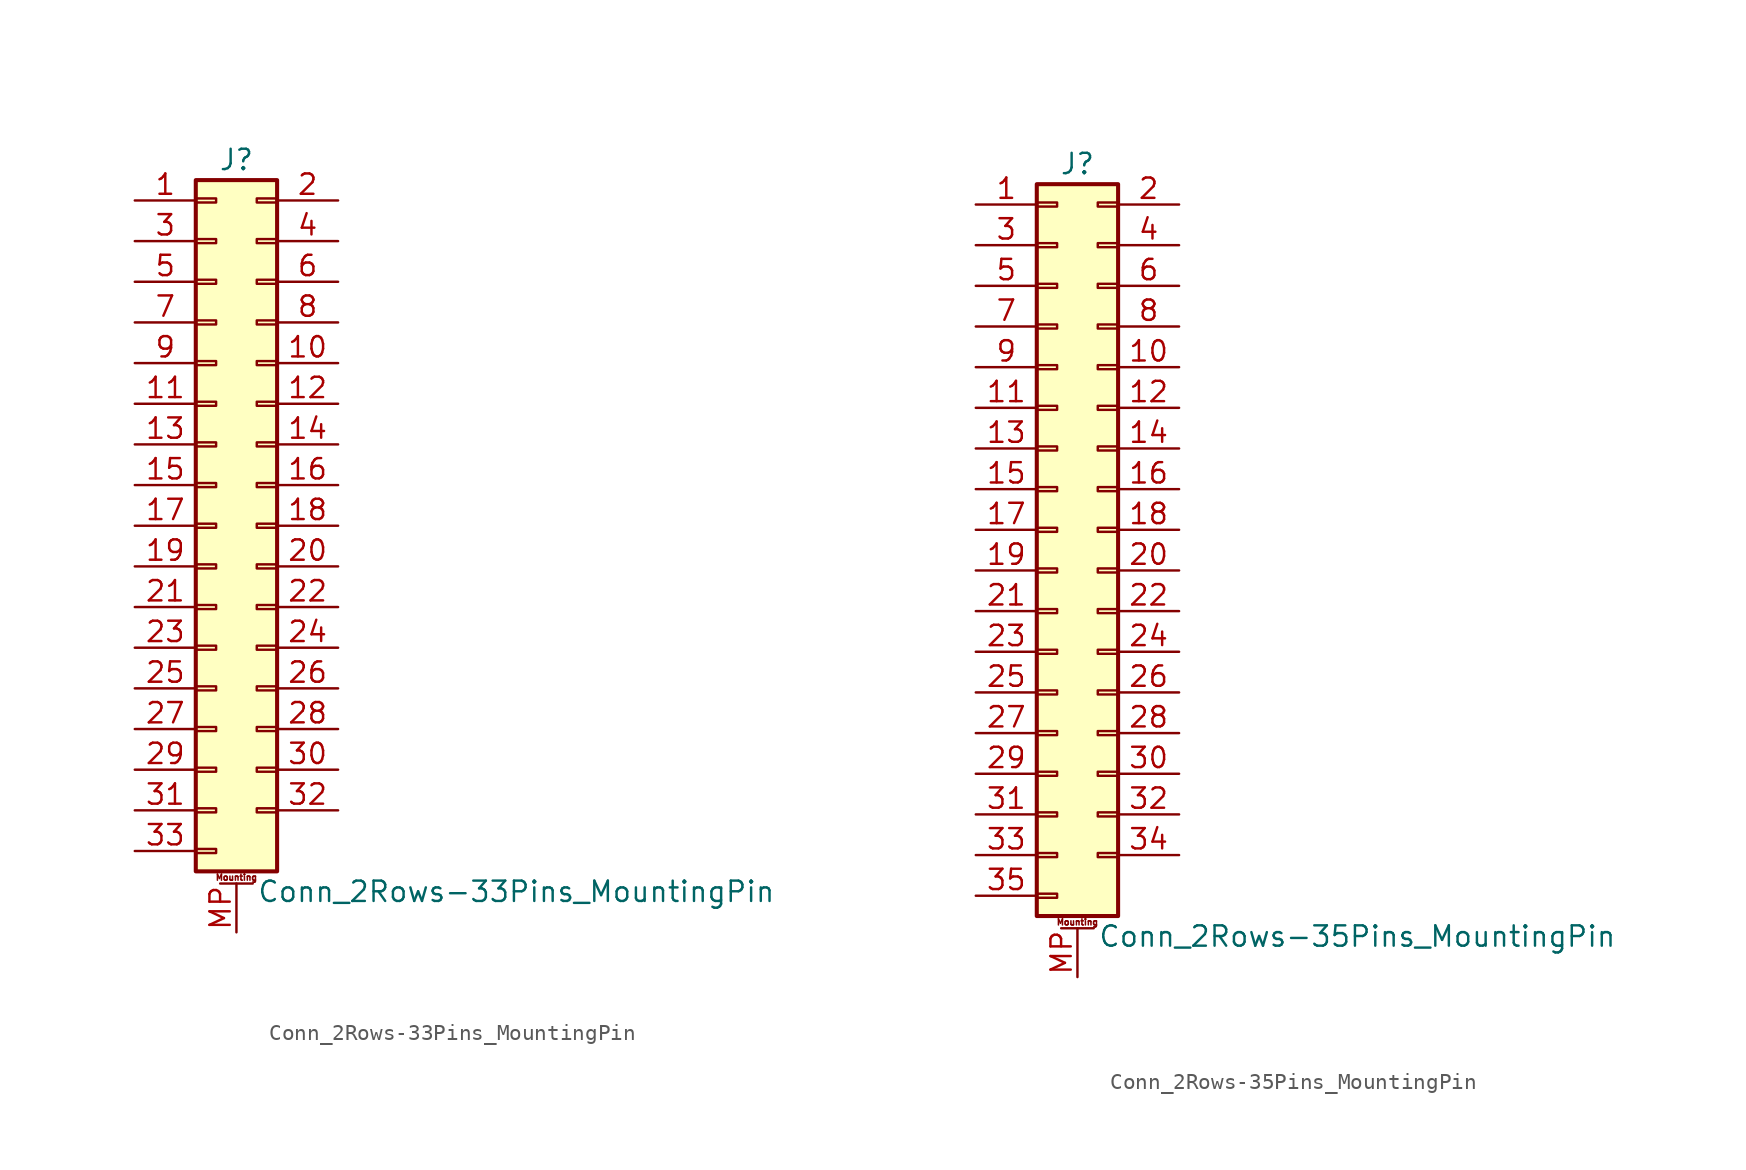
<source format=kicad_sym>
(kicad_symbol_lib
  (version 20200908)
  (generator kicad_symbol_editor)
  (symbol "Connector_Generic_MountingPin:Conn_2Rows-33Pins_MountingPin"
    (pin_names
      (offset 1.016) hide)
    (property "Reference" "J"
      (at 1.27 22.86 0)
      (effects (font (size 1.27 1.27))))
    (property "Value" "Conn_2Rows-33Pins_MountingPin"
      (at 2.54 -22.86 0)
      (effects (font (size 1.27 1.27)) (justify left)))
    (symbol "Conn_2Rows-33Pins_MountingPin_1_1"
      (text "Mounting" (at 1.27 -21.971 0) (effects (font (size 0.381 0.381))))
      (rectangle (start -1.27 -4.953) (end 0 -5.207) (stroke (width 0.152)) (fill (type none)))
      (rectangle (start -1.27 -7.493) (end 0 -7.747) (stroke (width 0.152)) (fill (type none)))
      (rectangle (start -1.27 -10.033) (end 0 -10.287) (stroke (width 0.152)) (fill (type none)))
      (rectangle (start -1.27 -12.573) (end 0 -12.827) (stroke (width 0.152)) (fill (type none)))
      (rectangle (start -1.27 -15.113) (end 0 -15.367) (stroke (width 0.152)) (fill (type none)))
      (rectangle (start -1.27 -17.653) (end 0 -17.907) (stroke (width 0.152)) (fill (type none)))
      (rectangle (start -1.27 -20.193) (end 0 -20.447) (stroke (width 0.152)) (fill (type none)))
      (rectangle (start -1.27 -2.413) (end 0 -2.667) (stroke (width 0.152)) (fill (type none)))
      (rectangle (start -1.27 2.667) (end 0 2.413) (stroke (width 0.152)) (fill (type none)))
      (rectangle (start -1.27 5.207) (end 0 4.953) (stroke (width 0.152)) (fill (type none)))
      (rectangle (start -1.27 7.747) (end 0 7.493) (stroke (width 0.152)) (fill (type none)))
      (rectangle (start -1.27 10.287) (end 0 10.033) (stroke (width 0.152)) (fill (type none)))
      (rectangle (start -1.27 0.127) (end 0 -0.127) (stroke (width 0.152)) (fill (type none)))
      (rectangle (start -1.27 12.827) (end 0 12.573) (stroke (width 0.152)) (fill (type none)))
      (rectangle (start -1.27 15.367) (end 0 15.113) (stroke (width 0.152)) (fill (type none)))
      (rectangle (start -1.27 17.907) (end 0 17.653) (stroke (width 0.152)) (fill (type none)))
      (rectangle (start -1.27 20.447) (end 0 20.193) (stroke (width 0.152)) (fill (type none)))
      (rectangle (start -1.27 21.59) (end 3.81 -21.59) (stroke (width 0.254)) (fill (type background)))
      (rectangle (start 3.81 -4.953) (end 2.54 -5.207) (stroke (width 0.152)) (fill (type none)))
      (rectangle (start 3.81 -7.493) (end 2.54 -7.747) (stroke (width 0.152)) (fill (type none)))
      (rectangle (start 3.81 -10.033) (end 2.54 -10.287) (stroke (width 0.152)) (fill (type none)))
      (rectangle (start 3.81 -12.573) (end 2.54 -12.827) (stroke (width 0.152)) (fill (type none)))
      (rectangle (start 3.81 -15.113) (end 2.54 -15.367) (stroke (width 0.152)) (fill (type none)))
      (rectangle (start 3.81 -17.653) (end 2.54 -17.907) (stroke (width 0.152)) (fill (type none)))
      (rectangle (start 3.81 -2.413) (end 2.54 -2.667) (stroke (width 0.152)) (fill (type none)))
      (rectangle (start 3.81 2.667) (end 2.54 2.413) (stroke (width 0.152)) (fill (type none)))
      (rectangle (start 3.81 5.207) (end 2.54 4.953) (stroke (width 0.152)) (fill (type none)))
      (rectangle (start 3.81 7.747) (end 2.54 7.493) (stroke (width 0.152)) (fill (type none)))
      (rectangle (start 3.81 10.287) (end 2.54 10.033) (stroke (width 0.152)) (fill (type none)))
      (rectangle (start 3.81 0.127) (end 2.54 -0.127) (stroke (width 0.152)) (fill (type none)))
      (rectangle (start 3.81 12.827) (end 2.54 12.573) (stroke (width 0.152)) (fill (type none)))
      (rectangle (start 3.81 15.367) (end 2.54 15.113) (stroke (width 0.152)) (fill (type none)))
      (rectangle (start 3.81 17.907) (end 2.54 17.653) (stroke (width 0.152)) (fill (type none)))
      (rectangle (start 3.81 20.447) (end 2.54 20.193) (stroke (width 0.152)) (fill (type none)))
      (polyline (pts (xy 0.254 -22.352) (xy 2.286 -22.352)) (stroke (width 0.152)) (fill (type none)))
      (pin passive line (at 1.27 -25.4 90) (length 3.048) (name "MountPin" (effects (font (size 1.27 1.27)))) (number "MP" (effects (font (size 1.27 1.27)))))
      (pin passive line (at -5.08 20.32 0) (length 3.81) (name "Pin_1" (effects (font (size 1.27 1.27)))) (number "1" (effects (font (size 1.27 1.27)))))
      (pin passive line (at 7.62 10.16 180) (length 3.81) (name "Pin_10" (effects (font (size 1.27 1.27)))) (number "10" (effects (font (size 1.27 1.27)))))
      (pin passive line (at -5.08 7.62 0) (length 3.81) (name "Pin_11" (effects (font (size 1.27 1.27)))) (number "11" (effects (font (size 1.27 1.27)))))
      (pin passive line (at 7.62 7.62 180) (length 3.81) (name "Pin_12" (effects (font (size 1.27 1.27)))) (number "12" (effects (font (size 1.27 1.27)))))
      (pin passive line (at -5.08 5.08 0) (length 3.81) (name "Pin_13" (effects (font (size 1.27 1.27)))) (number "13" (effects (font (size 1.27 1.27)))))
      (pin passive line (at 7.62 5.08 180) (length 3.81) (name "Pin_14" (effects (font (size 1.27 1.27)))) (number "14" (effects (font (size 1.27 1.27)))))
      (pin passive line (at -5.08 2.54 0) (length 3.81) (name "Pin_15" (effects (font (size 1.27 1.27)))) (number "15" (effects (font (size 1.27 1.27)))))
      (pin passive line (at 7.62 2.54 180) (length 3.81) (name "Pin_16" (effects (font (size 1.27 1.27)))) (number "16" (effects (font (size 1.27 1.27)))))
      (pin passive line (at -5.08 0 0) (length 3.81) (name "Pin_17" (effects (font (size 1.27 1.27)))) (number "17" (effects (font (size 1.27 1.27)))))
      (pin passive line (at 7.62 0 180) (length 3.81) (name "Pin_18" (effects (font (size 1.27 1.27)))) (number "18" (effects (font (size 1.27 1.27)))))
      (pin passive line (at -5.08 -2.54 0) (length 3.81) (name "Pin_19" (effects (font (size 1.27 1.27)))) (number "19" (effects (font (size 1.27 1.27)))))
      (pin passive line (at 7.62 20.32 180) (length 3.81) (name "Pin_2" (effects (font (size 1.27 1.27)))) (number "2" (effects (font (size 1.27 1.27)))))
      (pin passive line (at 7.62 -2.54 180) (length 3.81) (name "Pin_20" (effects (font (size 1.27 1.27)))) (number "20" (effects (font (size 1.27 1.27)))))
      (pin passive line (at -5.08 -5.08 0) (length 3.81) (name "Pin_21" (effects (font (size 1.27 1.27)))) (number "21" (effects (font (size 1.27 1.27)))))
      (pin passive line (at 7.62 -5.08 180) (length 3.81) (name "Pin_22" (effects (font (size 1.27 1.27)))) (number "22" (effects (font (size 1.27 1.27)))))
      (pin passive line (at -5.08 -7.62 0) (length 3.81) (name "Pin_23" (effects (font (size 1.27 1.27)))) (number "23" (effects (font (size 1.27 1.27)))))
      (pin passive line (at 7.62 -7.62 180) (length 3.81) (name "Pin_24" (effects (font (size 1.27 1.27)))) (number "24" (effects (font (size 1.27 1.27)))))
      (pin passive line (at -5.08 -10.16 0) (length 3.81) (name "Pin_25" (effects (font (size 1.27 1.27)))) (number "25" (effects (font (size 1.27 1.27)))))
      (pin passive line (at 7.62 -10.16 180) (length 3.81) (name "Pin_26" (effects (font (size 1.27 1.27)))) (number "26" (effects (font (size 1.27 1.27)))))
      (pin passive line (at -5.08 -12.7 0) (length 3.81) (name "Pin_27" (effects (font (size 1.27 1.27)))) (number "27" (effects (font (size 1.27 1.27)))))
      (pin passive line (at 7.62 -12.7 180) (length 3.81) (name "Pin_28" (effects (font (size 1.27 1.27)))) (number "28" (effects (font (size 1.27 1.27)))))
      (pin passive line (at -5.08 -15.24 0) (length 3.81) (name "Pin_29" (effects (font (size 1.27 1.27)))) (number "29" (effects (font (size 1.27 1.27)))))
      (pin passive line (at -5.08 17.78 0) (length 3.81) (name "Pin_3" (effects (font (size 1.27 1.27)))) (number "3" (effects (font (size 1.27 1.27)))))
      (pin passive line (at 7.62 -15.24 180) (length 3.81) (name "Pin_30" (effects (font (size 1.27 1.27)))) (number "30" (effects (font (size 1.27 1.27)))))
      (pin passive line (at -5.08 -17.78 0) (length 3.81) (name "Pin_31" (effects (font (size 1.27 1.27)))) (number "31" (effects (font (size 1.27 1.27)))))
      (pin passive line (at 7.62 -17.78 180) (length 3.81) (name "Pin_32" (effects (font (size 1.27 1.27)))) (number "32" (effects (font (size 1.27 1.27)))))
      (pin passive line (at -5.08 -20.32 0) (length 3.81) (name "Pin_33" (effects (font (size 1.27 1.27)))) (number "33" (effects (font (size 1.27 1.27)))))
      (pin passive line (at 7.62 17.78 180) (length 3.81) (name "Pin_4" (effects (font (size 1.27 1.27)))) (number "4" (effects (font (size 1.27 1.27)))))
      (pin passive line (at -5.08 15.24 0) (length 3.81) (name "Pin_5" (effects (font (size 1.27 1.27)))) (number "5" (effects (font (size 1.27 1.27)))))
      (pin passive line (at 7.62 15.24 180) (length 3.81) (name "Pin_6" (effects (font (size 1.27 1.27)))) (number "6" (effects (font (size 1.27 1.27)))))
      (pin passive line (at -5.08 12.7 0) (length 3.81) (name "Pin_7" (effects (font (size 1.27 1.27)))) (number "7" (effects (font (size 1.27 1.27)))))
      (pin passive line (at 7.62 12.7 180) (length 3.81) (name "Pin_8" (effects (font (size 1.27 1.27)))) (number "8" (effects (font (size 1.27 1.27)))))
      (pin passive line (at -5.08 10.16 0) (length 3.81) (name "Pin_9" (effects (font (size 1.27 1.27)))) (number "9" (effects (font (size 1.27 1.27)))))))
  (symbol "Connector_Generic_MountingPin:Conn_2Rows-35Pins_MountingPin"
    (pin_names
      (offset 1.016) hide)
    (property "Reference" "J"
      (at 1.27 22.86 0)
      (effects (font (size 1.27 1.27))))
    (property "Value" "Conn_2Rows-35Pins_MountingPin"
      (at 2.54 -25.4 0)
      (effects (font (size 1.27 1.27)) (justify left)))
    (symbol "Conn_2Rows-35Pins_MountingPin_1_1"
      (text "Mounting" (at 1.27 -24.511 0) (effects (font (size 0.381 0.381))))
      (rectangle (start -1.27 -4.953) (end 0 -5.207) (stroke (width 0.152)) (fill (type none)))
      (rectangle (start -1.27 -7.493) (end 0 -7.747) (stroke (width 0.152)) (fill (type none)))
      (rectangle (start -1.27 -10.033) (end 0 -10.287) (stroke (width 0.152)) (fill (type none)))
      (rectangle (start -1.27 -12.573) (end 0 -12.827) (stroke (width 0.152)) (fill (type none)))
      (rectangle (start -1.27 -15.113) (end 0 -15.367) (stroke (width 0.152)) (fill (type none)))
      (rectangle (start -1.27 -17.653) (end 0 -17.907) (stroke (width 0.152)) (fill (type none)))
      (rectangle (start -1.27 -20.193) (end 0 -20.447) (stroke (width 0.152)) (fill (type none)))
      (rectangle (start -1.27 -22.733) (end 0 -22.987) (stroke (width 0.152)) (fill (type none)))
      (rectangle (start -1.27 -2.413) (end 0 -2.667) (stroke (width 0.152)) (fill (type none)))
      (rectangle (start -1.27 2.667) (end 0 2.413) (stroke (width 0.152)) (fill (type none)))
      (rectangle (start -1.27 5.207) (end 0 4.953) (stroke (width 0.152)) (fill (type none)))
      (rectangle (start -1.27 7.747) (end 0 7.493) (stroke (width 0.152)) (fill (type none)))
      (rectangle (start -1.27 10.287) (end 0 10.033) (stroke (width 0.152)) (fill (type none)))
      (rectangle (start -1.27 0.127) (end 0 -0.127) (stroke (width 0.152)) (fill (type none)))
      (rectangle (start -1.27 12.827) (end 0 12.573) (stroke (width 0.152)) (fill (type none)))
      (rectangle (start -1.27 15.367) (end 0 15.113) (stroke (width 0.152)) (fill (type none)))
      (rectangle (start -1.27 17.907) (end 0 17.653) (stroke (width 0.152)) (fill (type none)))
      (rectangle (start -1.27 20.447) (end 0 20.193) (stroke (width 0.152)) (fill (type none)))
      (rectangle (start -1.27 21.59) (end 3.81 -24.13) (stroke (width 0.254)) (fill (type background)))
      (rectangle (start 3.81 -4.953) (end 2.54 -5.207) (stroke (width 0.152)) (fill (type none)))
      (rectangle (start 3.81 -7.493) (end 2.54 -7.747) (stroke (width 0.152)) (fill (type none)))
      (rectangle (start 3.81 -10.033) (end 2.54 -10.287) (stroke (width 0.152)) (fill (type none)))
      (rectangle (start 3.81 -12.573) (end 2.54 -12.827) (stroke (width 0.152)) (fill (type none)))
      (rectangle (start 3.81 -15.113) (end 2.54 -15.367) (stroke (width 0.152)) (fill (type none)))
      (rectangle (start 3.81 -17.653) (end 2.54 -17.907) (stroke (width 0.152)) (fill (type none)))
      (rectangle (start 3.81 -20.193) (end 2.54 -20.447) (stroke (width 0.152)) (fill (type none)))
      (rectangle (start 3.81 -2.413) (end 2.54 -2.667) (stroke (width 0.152)) (fill (type none)))
      (rectangle (start 3.81 2.667) (end 2.54 2.413) (stroke (width 0.152)) (fill (type none)))
      (rectangle (start 3.81 5.207) (end 2.54 4.953) (stroke (width 0.152)) (fill (type none)))
      (rectangle (start 3.81 7.747) (end 2.54 7.493) (stroke (width 0.152)) (fill (type none)))
      (rectangle (start 3.81 10.287) (end 2.54 10.033) (stroke (width 0.152)) (fill (type none)))
      (rectangle (start 3.81 0.127) (end 2.54 -0.127) (stroke (width 0.152)) (fill (type none)))
      (rectangle (start 3.81 12.827) (end 2.54 12.573) (stroke (width 0.152)) (fill (type none)))
      (rectangle (start 3.81 15.367) (end 2.54 15.113) (stroke (width 0.152)) (fill (type none)))
      (rectangle (start 3.81 17.907) (end 2.54 17.653) (stroke (width 0.152)) (fill (type none)))
      (rectangle (start 3.81 20.447) (end 2.54 20.193) (stroke (width 0.152)) (fill (type none)))
      (polyline (pts (xy 0.254 -24.892) (xy 2.286 -24.892)) (stroke (width 0.152)) (fill (type none)))
      (pin passive line (at 1.27 -27.94 90) (length 3.048) (name "MountPin" (effects (font (size 1.27 1.27)))) (number "MP" (effects (font (size 1.27 1.27)))))
      (pin passive line (at -5.08 20.32 0) (length 3.81) (name "Pin_1" (effects (font (size 1.27 1.27)))) (number "1" (effects (font (size 1.27 1.27)))))
      (pin passive line (at 7.62 10.16 180) (length 3.81) (name "Pin_10" (effects (font (size 1.27 1.27)))) (number "10" (effects (font (size 1.27 1.27)))))
      (pin passive line (at -5.08 7.62 0) (length 3.81) (name "Pin_11" (effects (font (size 1.27 1.27)))) (number "11" (effects (font (size 1.27 1.27)))))
      (pin passive line (at 7.62 7.62 180) (length 3.81) (name "Pin_12" (effects (font (size 1.27 1.27)))) (number "12" (effects (font (size 1.27 1.27)))))
      (pin passive line (at -5.08 5.08 0) (length 3.81) (name "Pin_13" (effects (font (size 1.27 1.27)))) (number "13" (effects (font (size 1.27 1.27)))))
      (pin passive line (at 7.62 5.08 180) (length 3.81) (name "Pin_14" (effects (font (size 1.27 1.27)))) (number "14" (effects (font (size 1.27 1.27)))))
      (pin passive line (at -5.08 2.54 0) (length 3.81) (name "Pin_15" (effects (font (size 1.27 1.27)))) (number "15" (effects (font (size 1.27 1.27)))))
      (pin passive line (at 7.62 2.54 180) (length 3.81) (name "Pin_16" (effects (font (size 1.27 1.27)))) (number "16" (effects (font (size 1.27 1.27)))))
      (pin passive line (at -5.08 0 0) (length 3.81) (name "Pin_17" (effects (font (size 1.27 1.27)))) (number "17" (effects (font (size 1.27 1.27)))))
      (pin passive line (at 7.62 0 180) (length 3.81) (name "Pin_18" (effects (font (size 1.27 1.27)))) (number "18" (effects (font (size 1.27 1.27)))))
      (pin passive line (at -5.08 -2.54 0) (length 3.81) (name "Pin_19" (effects (font (size 1.27 1.27)))) (number "19" (effects (font (size 1.27 1.27)))))
      (pin passive line (at 7.62 20.32 180) (length 3.81) (name "Pin_2" (effects (font (size 1.27 1.27)))) (number "2" (effects (font (size 1.27 1.27)))))
      (pin passive line (at 7.62 -2.54 180) (length 3.81) (name "Pin_20" (effects (font (size 1.27 1.27)))) (number "20" (effects (font (size 1.27 1.27)))))
      (pin passive line (at -5.08 -5.08 0) (length 3.81) (name "Pin_21" (effects (font (size 1.27 1.27)))) (number "21" (effects (font (size 1.27 1.27)))))
      (pin passive line (at 7.62 -5.08 180) (length 3.81) (name "Pin_22" (effects (font (size 1.27 1.27)))) (number "22" (effects (font (size 1.27 1.27)))))
      (pin passive line (at -5.08 -7.62 0) (length 3.81) (name "Pin_23" (effects (font (size 1.27 1.27)))) (number "23" (effects (font (size 1.27 1.27)))))
      (pin passive line (at 7.62 -7.62 180) (length 3.81) (name "Pin_24" (effects (font (size 1.27 1.27)))) (number "24" (effects (font (size 1.27 1.27)))))
      (pin passive line (at -5.08 -10.16 0) (length 3.81) (name "Pin_25" (effects (font (size 1.27 1.27)))) (number "25" (effects (font (size 1.27 1.27)))))
      (pin passive line (at 7.62 -10.16 180) (length 3.81) (name "Pin_26" (effects (font (size 1.27 1.27)))) (number "26" (effects (font (size 1.27 1.27)))))
      (pin passive line (at -5.08 -12.7 0) (length 3.81) (name "Pin_27" (effects (font (size 1.27 1.27)))) (number "27" (effects (font (size 1.27 1.27)))))
      (pin passive line (at 7.62 -12.7 180) (length 3.81) (name "Pin_28" (effects (font (size 1.27 1.27)))) (number "28" (effects (font (size 1.27 1.27)))))
      (pin passive line (at -5.08 -15.24 0) (length 3.81) (name "Pin_29" (effects (font (size 1.27 1.27)))) (number "29" (effects (font (size 1.27 1.27)))))
      (pin passive line (at -5.08 17.78 0) (length 3.81) (name "Pin_3" (effects (font (size 1.27 1.27)))) (number "3" (effects (font (size 1.27 1.27)))))
      (pin passive line (at 7.62 -15.24 180) (length 3.81) (name "Pin_30" (effects (font (size 1.27 1.27)))) (number "30" (effects (font (size 1.27 1.27)))))
      (pin passive line (at -5.08 -17.78 0) (length 3.81) (name "Pin_31" (effects (font (size 1.27 1.27)))) (number "31" (effects (font (size 1.27 1.27)))))
      (pin passive line (at 7.62 -17.78 180) (length 3.81) (name "Pin_32" (effects (font (size 1.27 1.27)))) (number "32" (effects (font (size 1.27 1.27)))))
      (pin passive line (at -5.08 -20.32 0) (length 3.81) (name "Pin_33" (effects (font (size 1.27 1.27)))) (number "33" (effects (font (size 1.27 1.27)))))
      (pin passive line (at 7.62 -20.32 180) (length 3.81) (name "Pin_34" (effects (font (size 1.27 1.27)))) (number "34" (effects (font (size 1.27 1.27)))))
      (pin passive line (at -5.08 -22.86 0) (length 3.81) (name "Pin_35" (effects (font (size 1.27 1.27)))) (number "35" (effects (font (size 1.27 1.27)))))
      (pin passive line (at 7.62 17.78 180) (length 3.81) (name "Pin_4" (effects (font (size 1.27 1.27)))) (number "4" (effects (font (size 1.27 1.27)))))
      (pin passive line (at -5.08 15.24 0) (length 3.81) (name "Pin_5" (effects (font (size 1.27 1.27)))) (number "5" (effects (font (size 1.27 1.27)))))
      (pin passive line (at 7.62 15.24 180) (length 3.81) (name "Pin_6" (effects (font (size 1.27 1.27)))) (number "6" (effects (font (size 1.27 1.27)))))
      (pin passive line (at -5.08 12.7 0) (length 3.81) (name "Pin_7" (effects (font (size 1.27 1.27)))) (number "7" (effects (font (size 1.27 1.27)))))
      (pin passive line (at 7.62 12.7 180) (length 3.81) (name "Pin_8" (effects (font (size 1.27 1.27)))) (number "8" (effects (font (size 1.27 1.27)))))
      (pin passive line (at -5.08 10.16 0) (length 3.81) (name "Pin_9" (effects (font (size 1.27 1.27)))) (number "9" (effects (font (size 1.27 1.27))))))))
</source>
